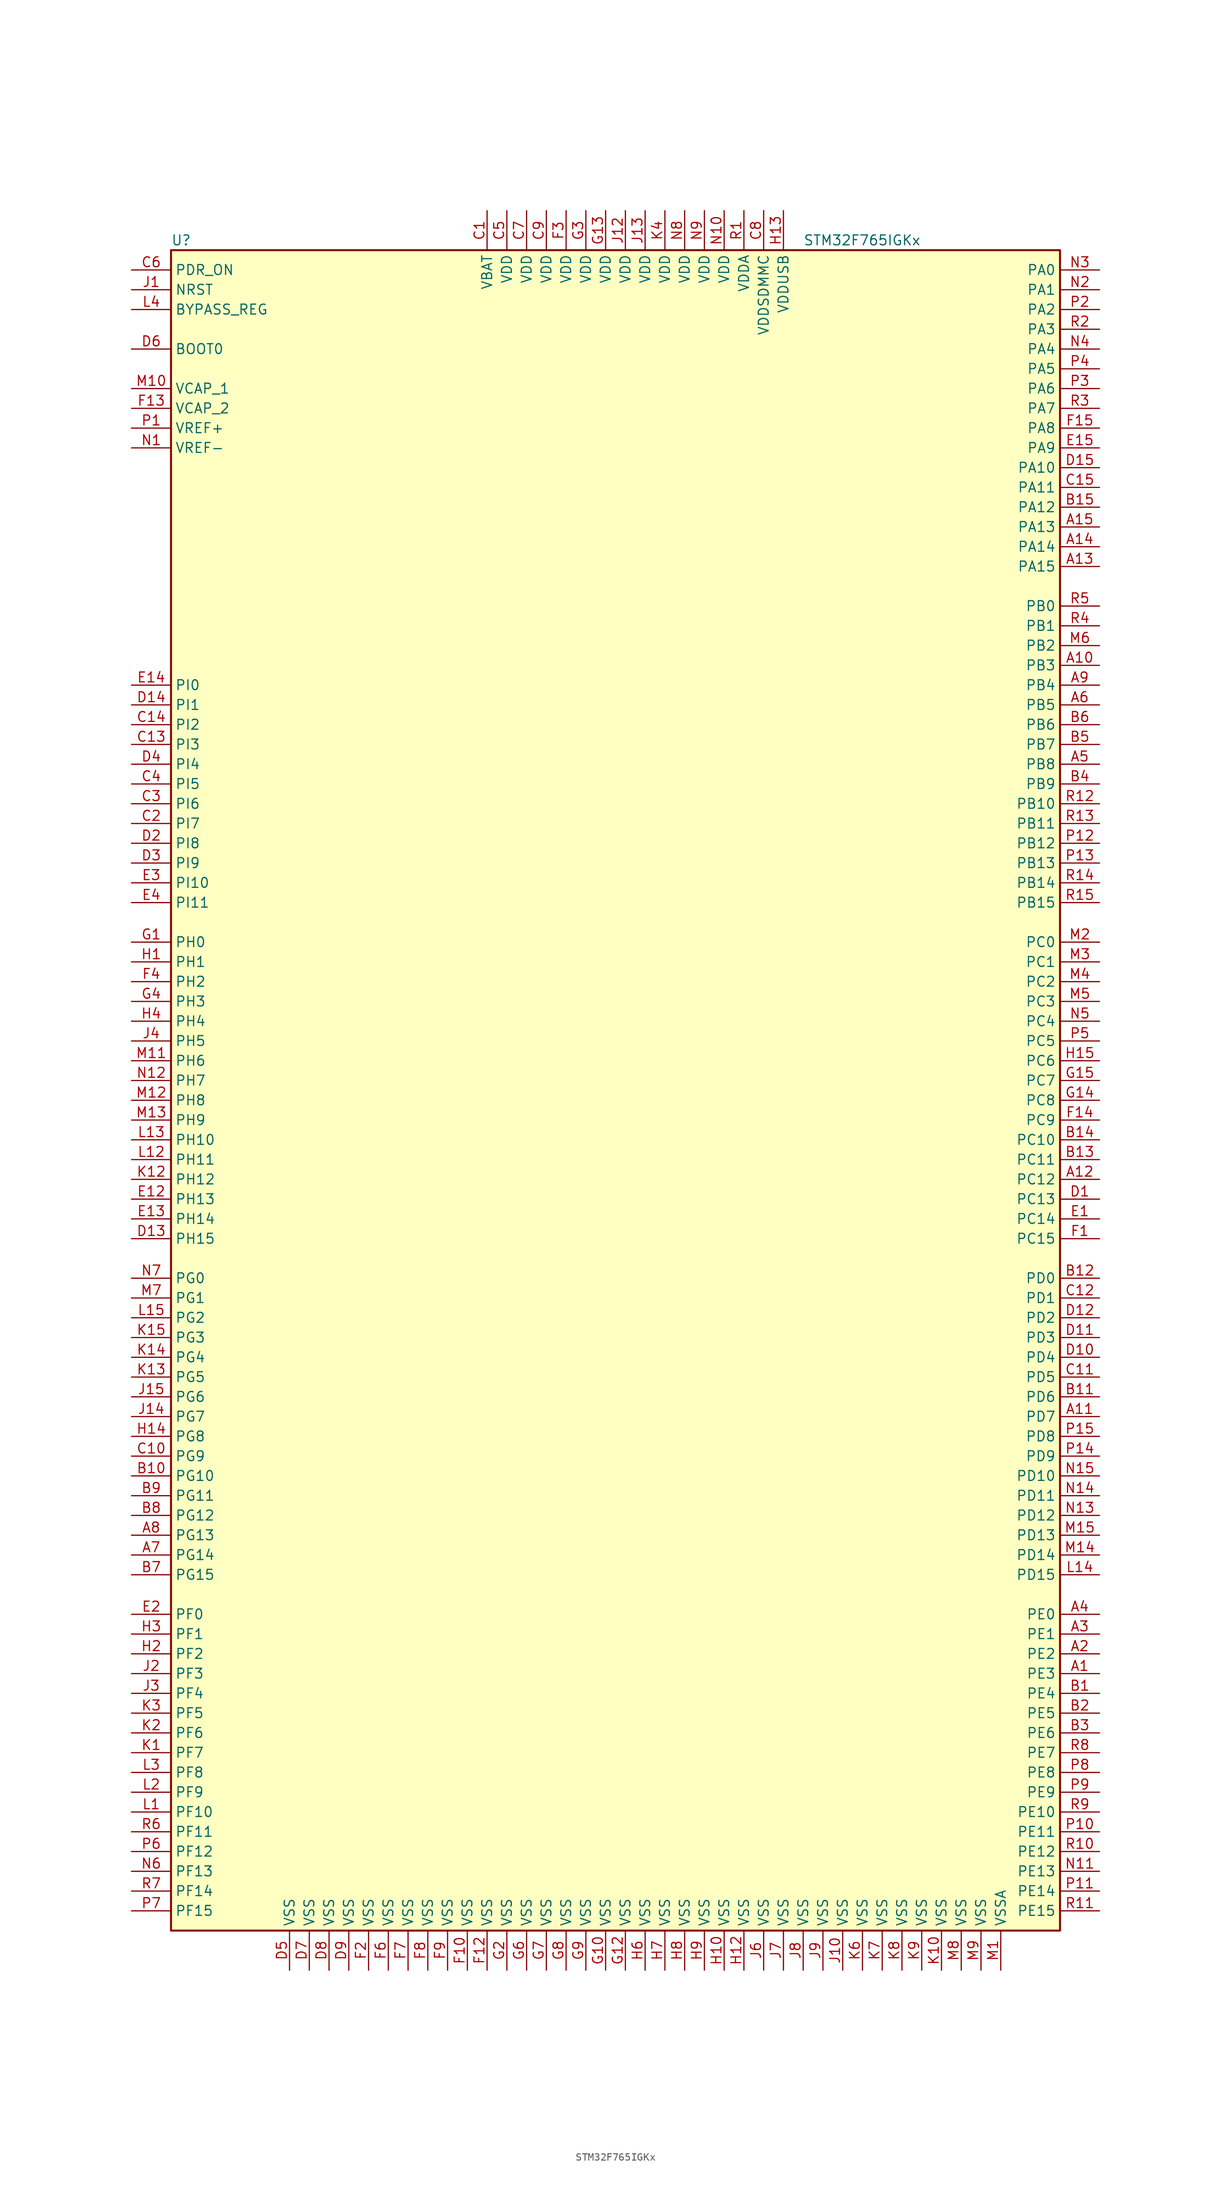
<source format=kicad_sym>
(kicad_symbol_lib
  (version 20201005)
  (generator kicad_symbol_editor)
  (symbol "STM32F765IGKx"
    (property "Reference" "U"
      (at -58.42 107.95 0)
      (effects (font (size 1.27 1.27)) (justify left)))
    (property "Value" "STM32F765IGKx"
      (at 22.86 107.95 0)
      (effects (font (size 1.27 1.27)) (justify left)))
    (symbol "STM32F765IGKx_0_1"
      (rectangle (start -58.42 -109.22) (end 55.88 106.68) (stroke (width 0.254)) (fill (type background))))
    (symbol "STM32F765IGKx_1_1"
      (pin input line (at -63.5 93.98 0) (length 5.08) (name "BOOT0" (effects (font (size 1.27 1.27)))) (number "D6" (effects (font (size 1.27 1.27)))))
      (pin input line (at -63.5 99.06 0) (length 5.08) (name "BYPASS_REG" (effects (font (size 1.27 1.27)))) (number "L4" (effects (font (size 1.27 1.27)))))
      (pin input line (at -63.5 101.6 0) (length 5.08) (name "NRST" (effects (font (size 1.27 1.27)))) (number "J1" (effects (font (size 1.27 1.27)))))
      (pin bidirectional line (at 60.96 104.14 180) (length 5.08) (name "PA0" (effects (font (size 1.27 1.27)))) (number "N3" (effects (font (size 1.27 1.27)))))
      (pin bidirectional line (at 60.96 101.6 180) (length 5.08) (name "PA1" (effects (font (size 1.27 1.27)))) (number "N2" (effects (font (size 1.27 1.27)))))
      (pin bidirectional line (at 60.96 78.74 180) (length 5.08) (name "PA10" (effects (font (size 1.27 1.27)))) (number "D15" (effects (font (size 1.27 1.27)))))
      (pin bidirectional line (at 60.96 76.2 180) (length 5.08) (name "PA11" (effects (font (size 1.27 1.27)))) (number "C15" (effects (font (size 1.27 1.27)))))
      (pin bidirectional line (at 60.96 73.66 180) (length 5.08) (name "PA12" (effects (font (size 1.27 1.27)))) (number "B15" (effects (font (size 1.27 1.27)))))
      (pin bidirectional line (at 60.96 71.12 180) (length 5.08) (name "PA13" (effects (font (size 1.27 1.27)))) (number "A15" (effects (font (size 1.27 1.27)))))
      (pin bidirectional line (at 60.96 68.58 180) (length 5.08) (name "PA14" (effects (font (size 1.27 1.27)))) (number "A14" (effects (font (size 1.27 1.27)))))
      (pin bidirectional line (at 60.96 66.04 180) (length 5.08) (name "PA15" (effects (font (size 1.27 1.27)))) (number "A13" (effects (font (size 1.27 1.27)))))
      (pin bidirectional line (at 60.96 99.06 180) (length 5.08) (name "PA2" (effects (font (size 1.27 1.27)))) (number "P2" (effects (font (size 1.27 1.27)))))
      (pin bidirectional line (at 60.96 96.52 180) (length 5.08) (name "PA3" (effects (font (size 1.27 1.27)))) (number "R2" (effects (font (size 1.27 1.27)))))
      (pin bidirectional line (at 60.96 93.98 180) (length 5.08) (name "PA4" (effects (font (size 1.27 1.27)))) (number "N4" (effects (font (size 1.27 1.27)))))
      (pin bidirectional line (at 60.96 91.44 180) (length 5.08) (name "PA5" (effects (font (size 1.27 1.27)))) (number "P4" (effects (font (size 1.27 1.27)))))
      (pin bidirectional line (at 60.96 88.9 180) (length 5.08) (name "PA6" (effects (font (size 1.27 1.27)))) (number "P3" (effects (font (size 1.27 1.27)))))
      (pin bidirectional line (at 60.96 86.36 180) (length 5.08) (name "PA7" (effects (font (size 1.27 1.27)))) (number "R3" (effects (font (size 1.27 1.27)))))
      (pin bidirectional line (at 60.96 83.82 180) (length 5.08) (name "PA8" (effects (font (size 1.27 1.27)))) (number "F15" (effects (font (size 1.27 1.27)))))
      (pin bidirectional line (at 60.96 81.28 180) (length 5.08) (name "PA9" (effects (font (size 1.27 1.27)))) (number "E15" (effects (font (size 1.27 1.27)))))
      (pin bidirectional line (at 60.96 60.96 180) (length 5.08) (name "PB0" (effects (font (size 1.27 1.27)))) (number "R5" (effects (font (size 1.27 1.27)))))
      (pin bidirectional line (at 60.96 58.42 180) (length 5.08) (name "PB1" (effects (font (size 1.27 1.27)))) (number "R4" (effects (font (size 1.27 1.27)))))
      (pin bidirectional line (at 60.96 35.56 180) (length 5.08) (name "PB10" (effects (font (size 1.27 1.27)))) (number "R12" (effects (font (size 1.27 1.27)))))
      (pin bidirectional line (at 60.96 33.02 180) (length 5.08) (name "PB11" (effects (font (size 1.27 1.27)))) (number "R13" (effects (font (size 1.27 1.27)))))
      (pin bidirectional line (at 60.96 30.48 180) (length 5.08) (name "PB12" (effects (font (size 1.27 1.27)))) (number "P12" (effects (font (size 1.27 1.27)))))
      (pin bidirectional line (at 60.96 27.94 180) (length 5.08) (name "PB13" (effects (font (size 1.27 1.27)))) (number "P13" (effects (font (size 1.27 1.27)))))
      (pin bidirectional line (at 60.96 25.4 180) (length 5.08) (name "PB14" (effects (font (size 1.27 1.27)))) (number "R14" (effects (font (size 1.27 1.27)))))
      (pin bidirectional line (at 60.96 22.86 180) (length 5.08) (name "PB15" (effects (font (size 1.27 1.27)))) (number "R15" (effects (font (size 1.27 1.27)))))
      (pin bidirectional line (at 60.96 55.88 180) (length 5.08) (name "PB2" (effects (font (size 1.27 1.27)))) (number "M6" (effects (font (size 1.27 1.27)))))
      (pin bidirectional line (at 60.96 53.34 180) (length 5.08) (name "PB3" (effects (font (size 1.27 1.27)))) (number "A10" (effects (font (size 1.27 1.27)))))
      (pin bidirectional line (at 60.96 50.8 180) (length 5.08) (name "PB4" (effects (font (size 1.27 1.27)))) (number "A9" (effects (font (size 1.27 1.27)))))
      (pin bidirectional line (at 60.96 48.26 180) (length 5.08) (name "PB5" (effects (font (size 1.27 1.27)))) (number "A6" (effects (font (size 1.27 1.27)))))
      (pin bidirectional line (at 60.96 45.72 180) (length 5.08) (name "PB6" (effects (font (size 1.27 1.27)))) (number "B6" (effects (font (size 1.27 1.27)))))
      (pin bidirectional line (at 60.96 43.18 180) (length 5.08) (name "PB7" (effects (font (size 1.27 1.27)))) (number "B5" (effects (font (size 1.27 1.27)))))
      (pin bidirectional line (at 60.96 40.64 180) (length 5.08) (name "PB8" (effects (font (size 1.27 1.27)))) (number "A5" (effects (font (size 1.27 1.27)))))
      (pin bidirectional line (at 60.96 38.1 180) (length 5.08) (name "PB9" (effects (font (size 1.27 1.27)))) (number "B4" (effects (font (size 1.27 1.27)))))
      (pin bidirectional line (at 60.96 17.78 180) (length 5.08) (name "PC0" (effects (font (size 1.27 1.27)))) (number "M2" (effects (font (size 1.27 1.27)))))
      (pin bidirectional line (at 60.96 15.24 180) (length 5.08) (name "PC1" (effects (font (size 1.27 1.27)))) (number "M3" (effects (font (size 1.27 1.27)))))
      (pin bidirectional line (at 60.96 -7.62 180) (length 5.08) (name "PC10" (effects (font (size 1.27 1.27)))) (number "B14" (effects (font (size 1.27 1.27)))))
      (pin bidirectional line (at 60.96 -10.16 180) (length 5.08) (name "PC11" (effects (font (size 1.27 1.27)))) (number "B13" (effects (font (size 1.27 1.27)))))
      (pin bidirectional line (at 60.96 -12.7 180) (length 5.08) (name "PC12" (effects (font (size 1.27 1.27)))) (number "A12" (effects (font (size 1.27 1.27)))))
      (pin bidirectional line (at 60.96 -15.24 180) (length 5.08) (name "PC13" (effects (font (size 1.27 1.27)))) (number "D1" (effects (font (size 1.27 1.27)))))
      (pin bidirectional line (at 60.96 -17.78 180) (length 5.08) (name "PC14" (effects (font (size 1.27 1.27)))) (number "E1" (effects (font (size 1.27 1.27)))))
      (pin bidirectional line (at 60.96 -20.32 180) (length 5.08) (name "PC15" (effects (font (size 1.27 1.27)))) (number "F1" (effects (font (size 1.27 1.27)))))
      (pin bidirectional line (at 60.96 12.7 180) (length 5.08) (name "PC2" (effects (font (size 1.27 1.27)))) (number "M4" (effects (font (size 1.27 1.27)))))
      (pin bidirectional line (at 60.96 10.16 180) (length 5.08) (name "PC3" (effects (font (size 1.27 1.27)))) (number "M5" (effects (font (size 1.27 1.27)))))
      (pin bidirectional line (at 60.96 7.62 180) (length 5.08) (name "PC4" (effects (font (size 1.27 1.27)))) (number "N5" (effects (font (size 1.27 1.27)))))
      (pin bidirectional line (at 60.96 5.08 180) (length 5.08) (name "PC5" (effects (font (size 1.27 1.27)))) (number "P5" (effects (font (size 1.27 1.27)))))
      (pin bidirectional line (at 60.96 2.54 180) (length 5.08) (name "PC6" (effects (font (size 1.27 1.27)))) (number "H15" (effects (font (size 1.27 1.27)))))
      (pin bidirectional line (at 60.96 0 180) (length 5.08) (name "PC7" (effects (font (size 1.27 1.27)))) (number "G15" (effects (font (size 1.27 1.27)))))
      (pin bidirectional line (at 60.96 -2.54 180) (length 5.08) (name "PC8" (effects (font (size 1.27 1.27)))) (number "G14" (effects (font (size 1.27 1.27)))))
      (pin bidirectional line (at 60.96 -5.08 180) (length 5.08) (name "PC9" (effects (font (size 1.27 1.27)))) (number "F14" (effects (font (size 1.27 1.27)))))
      (pin bidirectional line (at 60.96 -25.4 180) (length 5.08) (name "PD0" (effects (font (size 1.27 1.27)))) (number "B12" (effects (font (size 1.27 1.27)))))
      (pin bidirectional line (at 60.96 -27.94 180) (length 5.08) (name "PD1" (effects (font (size 1.27 1.27)))) (number "C12" (effects (font (size 1.27 1.27)))))
      (pin bidirectional line (at 60.96 -50.8 180) (length 5.08) (name "PD10" (effects (font (size 1.27 1.27)))) (number "N15" (effects (font (size 1.27 1.27)))))
      (pin bidirectional line (at 60.96 -53.34 180) (length 5.08) (name "PD11" (effects (font (size 1.27 1.27)))) (number "N14" (effects (font (size 1.27 1.27)))))
      (pin bidirectional line (at 60.96 -55.88 180) (length 5.08) (name "PD12" (effects (font (size 1.27 1.27)))) (number "N13" (effects (font (size 1.27 1.27)))))
      (pin bidirectional line (at 60.96 -58.42 180) (length 5.08) (name "PD13" (effects (font (size 1.27 1.27)))) (number "M15" (effects (font (size 1.27 1.27)))))
      (pin bidirectional line (at 60.96 -60.96 180) (length 5.08) (name "PD14" (effects (font (size 1.27 1.27)))) (number "M14" (effects (font (size 1.27 1.27)))))
      (pin bidirectional line (at 60.96 -63.5 180) (length 5.08) (name "PD15" (effects (font (size 1.27 1.27)))) (number "L14" (effects (font (size 1.27 1.27)))))
      (pin bidirectional line (at 60.96 -30.48 180) (length 5.08) (name "PD2" (effects (font (size 1.27 1.27)))) (number "D12" (effects (font (size 1.27 1.27)))))
      (pin bidirectional line (at 60.96 -33.02 180) (length 5.08) (name "PD3" (effects (font (size 1.27 1.27)))) (number "D11" (effects (font (size 1.27 1.27)))))
      (pin bidirectional line (at 60.96 -35.56 180) (length 5.08) (name "PD4" (effects (font (size 1.27 1.27)))) (number "D10" (effects (font (size 1.27 1.27)))))
      (pin bidirectional line (at 60.96 -38.1 180) (length 5.08) (name "PD5" (effects (font (size 1.27 1.27)))) (number "C11" (effects (font (size 1.27 1.27)))))
      (pin bidirectional line (at 60.96 -40.64 180) (length 5.08) (name "PD6" (effects (font (size 1.27 1.27)))) (number "B11" (effects (font (size 1.27 1.27)))))
      (pin bidirectional line (at 60.96 -43.18 180) (length 5.08) (name "PD7" (effects (font (size 1.27 1.27)))) (number "A11" (effects (font (size 1.27 1.27)))))
      (pin bidirectional line (at 60.96 -45.72 180) (length 5.08) (name "PD8" (effects (font (size 1.27 1.27)))) (number "P15" (effects (font (size 1.27 1.27)))))
      (pin bidirectional line (at 60.96 -48.26 180) (length 5.08) (name "PD9" (effects (font (size 1.27 1.27)))) (number "P14" (effects (font (size 1.27 1.27)))))
      (pin input line (at -63.5 104.14 0) (length 5.08) (name "PDR_ON" (effects (font (size 1.27 1.27)))) (number "C6" (effects (font (size 1.27 1.27)))))
      (pin bidirectional line (at 60.96 -68.58 180) (length 5.08) (name "PE0" (effects (font (size 1.27 1.27)))) (number "A4" (effects (font (size 1.27 1.27)))))
      (pin bidirectional line (at 60.96 -71.12 180) (length 5.08) (name "PE1" (effects (font (size 1.27 1.27)))) (number "A3" (effects (font (size 1.27 1.27)))))
      (pin bidirectional line (at 60.96 -93.98 180) (length 5.08) (name "PE10" (effects (font (size 1.27 1.27)))) (number "R9" (effects (font (size 1.27 1.27)))))
      (pin bidirectional line (at 60.96 -96.52 180) (length 5.08) (name "PE11" (effects (font (size 1.27 1.27)))) (number "P10" (effects (font (size 1.27 1.27)))))
      (pin bidirectional line (at 60.96 -99.06 180) (length 5.08) (name "PE12" (effects (font (size 1.27 1.27)))) (number "R10" (effects (font (size 1.27 1.27)))))
      (pin bidirectional line (at 60.96 -101.6 180) (length 5.08) (name "PE13" (effects (font (size 1.27 1.27)))) (number "N11" (effects (font (size 1.27 1.27)))))
      (pin bidirectional line (at 60.96 -104.14 180) (length 5.08) (name "PE14" (effects (font (size 1.27 1.27)))) (number "P11" (effects (font (size 1.27 1.27)))))
      (pin bidirectional line (at 60.96 -106.68 180) (length 5.08) (name "PE15" (effects (font (size 1.27 1.27)))) (number "R11" (effects (font (size 1.27 1.27)))))
      (pin bidirectional line (at 60.96 -73.66 180) (length 5.08) (name "PE2" (effects (font (size 1.27 1.27)))) (number "A2" (effects (font (size 1.27 1.27)))))
      (pin bidirectional line (at 60.96 -76.2 180) (length 5.08) (name "PE3" (effects (font (size 1.27 1.27)))) (number "A1" (effects (font (size 1.27 1.27)))))
      (pin bidirectional line (at 60.96 -78.74 180) (length 5.08) (name "PE4" (effects (font (size 1.27 1.27)))) (number "B1" (effects (font (size 1.27 1.27)))))
      (pin bidirectional line (at 60.96 -81.28 180) (length 5.08) (name "PE5" (effects (font (size 1.27 1.27)))) (number "B2" (effects (font (size 1.27 1.27)))))
      (pin bidirectional line (at 60.96 -83.82 180) (length 5.08) (name "PE6" (effects (font (size 1.27 1.27)))) (number "B3" (effects (font (size 1.27 1.27)))))
      (pin bidirectional line (at 60.96 -86.36 180) (length 5.08) (name "PE7" (effects (font (size 1.27 1.27)))) (number "R8" (effects (font (size 1.27 1.27)))))
      (pin bidirectional line (at 60.96 -88.9 180) (length 5.08) (name "PE8" (effects (font (size 1.27 1.27)))) (number "P8" (effects (font (size 1.27 1.27)))))
      (pin bidirectional line (at 60.96 -91.44 180) (length 5.08) (name "PE9" (effects (font (size 1.27 1.27)))) (number "P9" (effects (font (size 1.27 1.27)))))
      (pin bidirectional line (at -63.5 -68.58 0) (length 5.08) (name "PF0" (effects (font (size 1.27 1.27)))) (number "E2" (effects (font (size 1.27 1.27)))))
      (pin bidirectional line (at -63.5 -71.12 0) (length 5.08) (name "PF1" (effects (font (size 1.27 1.27)))) (number "H3" (effects (font (size 1.27 1.27)))))
      (pin bidirectional line (at -63.5 -93.98 0) (length 5.08) (name "PF10" (effects (font (size 1.27 1.27)))) (number "L1" (effects (font (size 1.27 1.27)))))
      (pin bidirectional line (at -63.5 -96.52 0) (length 5.08) (name "PF11" (effects (font (size 1.27 1.27)))) (number "R6" (effects (font (size 1.27 1.27)))))
      (pin bidirectional line (at -63.5 -99.06 0) (length 5.08) (name "PF12" (effects (font (size 1.27 1.27)))) (number "P6" (effects (font (size 1.27 1.27)))))
      (pin bidirectional line (at -63.5 -101.6 0) (length 5.08) (name "PF13" (effects (font (size 1.27 1.27)))) (number "N6" (effects (font (size 1.27 1.27)))))
      (pin bidirectional line (at -63.5 -104.14 0) (length 5.08) (name "PF14" (effects (font (size 1.27 1.27)))) (number "R7" (effects (font (size 1.27 1.27)))))
      (pin bidirectional line (at -63.5 -106.68 0) (length 5.08) (name "PF15" (effects (font (size 1.27 1.27)))) (number "P7" (effects (font (size 1.27 1.27)))))
      (pin bidirectional line (at -63.5 -73.66 0) (length 5.08) (name "PF2" (effects (font (size 1.27 1.27)))) (number "H2" (effects (font (size 1.27 1.27)))))
      (pin bidirectional line (at -63.5 -76.2 0) (length 5.08) (name "PF3" (effects (font (size 1.27 1.27)))) (number "J2" (effects (font (size 1.27 1.27)))))
      (pin bidirectional line (at -63.5 -78.74 0) (length 5.08) (name "PF4" (effects (font (size 1.27 1.27)))) (number "J3" (effects (font (size 1.27 1.27)))))
      (pin bidirectional line (at -63.5 -81.28 0) (length 5.08) (name "PF5" (effects (font (size 1.27 1.27)))) (number "K3" (effects (font (size 1.27 1.27)))))
      (pin bidirectional line (at -63.5 -83.82 0) (length 5.08) (name "PF6" (effects (font (size 1.27 1.27)))) (number "K2" (effects (font (size 1.27 1.27)))))
      (pin bidirectional line (at -63.5 -86.36 0) (length 5.08) (name "PF7" (effects (font (size 1.27 1.27)))) (number "K1" (effects (font (size 1.27 1.27)))))
      (pin bidirectional line (at -63.5 -88.9 0) (length 5.08) (name "PF8" (effects (font (size 1.27 1.27)))) (number "L3" (effects (font (size 1.27 1.27)))))
      (pin bidirectional line (at -63.5 -91.44 0) (length 5.08) (name "PF9" (effects (font (size 1.27 1.27)))) (number "L2" (effects (font (size 1.27 1.27)))))
      (pin bidirectional line (at -63.5 -25.4 0) (length 5.08) (name "PG0" (effects (font (size 1.27 1.27)))) (number "N7" (effects (font (size 1.27 1.27)))))
      (pin bidirectional line (at -63.5 -27.94 0) (length 5.08) (name "PG1" (effects (font (size 1.27 1.27)))) (number "M7" (effects (font (size 1.27 1.27)))))
      (pin bidirectional line (at -63.5 -50.8 0) (length 5.08) (name "PG10" (effects (font (size 1.27 1.27)))) (number "B10" (effects (font (size 1.27 1.27)))))
      (pin bidirectional line (at -63.5 -53.34 0) (length 5.08) (name "PG11" (effects (font (size 1.27 1.27)))) (number "B9" (effects (font (size 1.27 1.27)))))
      (pin bidirectional line (at -63.5 -55.88 0) (length 5.08) (name "PG12" (effects (font (size 1.27 1.27)))) (number "B8" (effects (font (size 1.27 1.27)))))
      (pin bidirectional line (at -63.5 -58.42 0) (length 5.08) (name "PG13" (effects (font (size 1.27 1.27)))) (number "A8" (effects (font (size 1.27 1.27)))))
      (pin bidirectional line (at -63.5 -60.96 0) (length 5.08) (name "PG14" (effects (font (size 1.27 1.27)))) (number "A7" (effects (font (size 1.27 1.27)))))
      (pin bidirectional line (at -63.5 -63.5 0) (length 5.08) (name "PG15" (effects (font (size 1.27 1.27)))) (number "B7" (effects (font (size 1.27 1.27)))))
      (pin bidirectional line (at -63.5 -30.48 0) (length 5.08) (name "PG2" (effects (font (size 1.27 1.27)))) (number "L15" (effects (font (size 1.27 1.27)))))
      (pin bidirectional line (at -63.5 -33.02 0) (length 5.08) (name "PG3" (effects (font (size 1.27 1.27)))) (number "K15" (effects (font (size 1.27 1.27)))))
      (pin bidirectional line (at -63.5 -35.56 0) (length 5.08) (name "PG4" (effects (font (size 1.27 1.27)))) (number "K14" (effects (font (size 1.27 1.27)))))
      (pin bidirectional line (at -63.5 -38.1 0) (length 5.08) (name "PG5" (effects (font (size 1.27 1.27)))) (number "K13" (effects (font (size 1.27 1.27)))))
      (pin bidirectional line (at -63.5 -40.64 0) (length 5.08) (name "PG6" (effects (font (size 1.27 1.27)))) (number "J15" (effects (font (size 1.27 1.27)))))
      (pin bidirectional line (at -63.5 -43.18 0) (length 5.08) (name "PG7" (effects (font (size 1.27 1.27)))) (number "J14" (effects (font (size 1.27 1.27)))))
      (pin bidirectional line (at -63.5 -45.72 0) (length 5.08) (name "PG8" (effects (font (size 1.27 1.27)))) (number "H14" (effects (font (size 1.27 1.27)))))
      (pin bidirectional line (at -63.5 -48.26 0) (length 5.08) (name "PG9" (effects (font (size 1.27 1.27)))) (number "C10" (effects (font (size 1.27 1.27)))))
      (pin input line (at -63.5 17.78 0) (length 5.08) (name "PH0" (effects (font (size 1.27 1.27)))) (number "G1" (effects (font (size 1.27 1.27)))))
      (pin input line (at -63.5 15.24 0) (length 5.08) (name "PH1" (effects (font (size 1.27 1.27)))) (number "H1" (effects (font (size 1.27 1.27)))))
      (pin bidirectional line (at -63.5 -7.62 0) (length 5.08) (name "PH10" (effects (font (size 1.27 1.27)))) (number "L13" (effects (font (size 1.27 1.27)))))
      (pin bidirectional line (at -63.5 -10.16 0) (length 5.08) (name "PH11" (effects (font (size 1.27 1.27)))) (number "L12" (effects (font (size 1.27 1.27)))))
      (pin bidirectional line (at -63.5 -12.7 0) (length 5.08) (name "PH12" (effects (font (size 1.27 1.27)))) (number "K12" (effects (font (size 1.27 1.27)))))
      (pin bidirectional line (at -63.5 -15.24 0) (length 5.08) (name "PH13" (effects (font (size 1.27 1.27)))) (number "E12" (effects (font (size 1.27 1.27)))))
      (pin bidirectional line (at -63.5 -17.78 0) (length 5.08) (name "PH14" (effects (font (size 1.27 1.27)))) (number "E13" (effects (font (size 1.27 1.27)))))
      (pin bidirectional line (at -63.5 -20.32 0) (length 5.08) (name "PH15" (effects (font (size 1.27 1.27)))) (number "D13" (effects (font (size 1.27 1.27)))))
      (pin bidirectional line (at -63.5 12.7 0) (length 5.08) (name "PH2" (effects (font (size 1.27 1.27)))) (number "F4" (effects (font (size 1.27 1.27)))))
      (pin bidirectional line (at -63.5 10.16 0) (length 5.08) (name "PH3" (effects (font (size 1.27 1.27)))) (number "G4" (effects (font (size 1.27 1.27)))))
      (pin bidirectional line (at -63.5 7.62 0) (length 5.08) (name "PH4" (effects (font (size 1.27 1.27)))) (number "H4" (effects (font (size 1.27 1.27)))))
      (pin bidirectional line (at -63.5 5.08 0) (length 5.08) (name "PH5" (effects (font (size 1.27 1.27)))) (number "J4" (effects (font (size 1.27 1.27)))))
      (pin bidirectional line (at -63.5 2.54 0) (length 5.08) (name "PH6" (effects (font (size 1.27 1.27)))) (number "M11" (effects (font (size 1.27 1.27)))))
      (pin bidirectional line (at -63.5 0 0) (length 5.08) (name "PH7" (effects (font (size 1.27 1.27)))) (number "N12" (effects (font (size 1.27 1.27)))))
      (pin bidirectional line (at -63.5 -2.54 0) (length 5.08) (name "PH8" (effects (font (size 1.27 1.27)))) (number "M12" (effects (font (size 1.27 1.27)))))
      (pin bidirectional line (at -63.5 -5.08 0) (length 5.08) (name "PH9" (effects (font (size 1.27 1.27)))) (number "M13" (effects (font (size 1.27 1.27)))))
      (pin bidirectional line (at -63.5 50.8 0) (length 5.08) (name "PI0" (effects (font (size 1.27 1.27)))) (number "E14" (effects (font (size 1.27 1.27)))))
      (pin bidirectional line (at -63.5 48.26 0) (length 5.08) (name "PI1" (effects (font (size 1.27 1.27)))) (number "D14" (effects (font (size 1.27 1.27)))))
      (pin bidirectional line (at -63.5 25.4 0) (length 5.08) (name "PI10" (effects (font (size 1.27 1.27)))) (number "E3" (effects (font (size 1.27 1.27)))))
      (pin bidirectional line (at -63.5 22.86 0) (length 5.08) (name "PI11" (effects (font (size 1.27 1.27)))) (number "E4" (effects (font (size 1.27 1.27)))))
      (pin bidirectional line (at -63.5 45.72 0) (length 5.08) (name "PI2" (effects (font (size 1.27 1.27)))) (number "C14" (effects (font (size 1.27 1.27)))))
      (pin bidirectional line (at -63.5 43.18 0) (length 5.08) (name "PI3" (effects (font (size 1.27 1.27)))) (number "C13" (effects (font (size 1.27 1.27)))))
      (pin bidirectional line (at -63.5 40.64 0) (length 5.08) (name "PI4" (effects (font (size 1.27 1.27)))) (number "D4" (effects (font (size 1.27 1.27)))))
      (pin bidirectional line (at -63.5 38.1 0) (length 5.08) (name "PI5" (effects (font (size 1.27 1.27)))) (number "C4" (effects (font (size 1.27 1.27)))))
      (pin bidirectional line (at -63.5 35.56 0) (length 5.08) (name "PI6" (effects (font (size 1.27 1.27)))) (number "C3" (effects (font (size 1.27 1.27)))))
      (pin bidirectional line (at -63.5 33.02 0) (length 5.08) (name "PI7" (effects (font (size 1.27 1.27)))) (number "C2" (effects (font (size 1.27 1.27)))))
      (pin bidirectional line (at -63.5 30.48 0) (length 5.08) (name "PI8" (effects (font (size 1.27 1.27)))) (number "D2" (effects (font (size 1.27 1.27)))))
      (pin bidirectional line (at -63.5 27.94 0) (length 5.08) (name "PI9" (effects (font (size 1.27 1.27)))) (number "D3" (effects (font (size 1.27 1.27)))))
      (pin power_in line (at -17.78 111.76 270) (length 5.08) (name "VBAT" (effects (font (size 1.27 1.27)))) (number "C1" (effects (font (size 1.27 1.27)))))
      (pin power_in line (at -63.5 88.9 0) (length 5.08) (name "VCAP_1" (effects (font (size 1.27 1.27)))) (number "M10" (effects (font (size 1.27 1.27)))))
      (pin power_in line (at -63.5 86.36 0) (length 5.08) (name "VCAP_2" (effects (font (size 1.27 1.27)))) (number "F13" (effects (font (size 1.27 1.27)))))
      (pin power_in line (at -15.24 111.76 270) (length 5.08) (name "VDD" (effects (font (size 1.27 1.27)))) (number "C5" (effects (font (size 1.27 1.27)))))
      (pin power_in line (at -12.7 111.76 270) (length 5.08) (name "VDD" (effects (font (size 1.27 1.27)))) (number "C7" (effects (font (size 1.27 1.27)))))
      (pin power_in line (at -10.16 111.76 270) (length 5.08) (name "VDD" (effects (font (size 1.27 1.27)))) (number "C9" (effects (font (size 1.27 1.27)))))
      (pin power_in line (at -7.62 111.76 270) (length 5.08) (name "VDD" (effects (font (size 1.27 1.27)))) (number "F3" (effects (font (size 1.27 1.27)))))
      (pin power_in line (at -2.54 111.76 270) (length 5.08) (name "VDD" (effects (font (size 1.27 1.27)))) (number "G13" (effects (font (size 1.27 1.27)))))
      (pin power_in line (at -5.08 111.76 270) (length 5.08) (name "VDD" (effects (font (size 1.27 1.27)))) (number "G3" (effects (font (size 1.27 1.27)))))
      (pin power_in line (at 0 111.76 270) (length 5.08) (name "VDD" (effects (font (size 1.27 1.27)))) (number "J12" (effects (font (size 1.27 1.27)))))
      (pin power_in line (at 2.54 111.76 270) (length 5.08) (name "VDD" (effects (font (size 1.27 1.27)))) (number "J13" (effects (font (size 1.27 1.27)))))
      (pin power_in line (at 5.08 111.76 270) (length 5.08) (name "VDD" (effects (font (size 1.27 1.27)))) (number "K4" (effects (font (size 1.27 1.27)))))
      (pin power_in line (at 12.7 111.76 270) (length 5.08) (name "VDD" (effects (font (size 1.27 1.27)))) (number "N10" (effects (font (size 1.27 1.27)))))
      (pin power_in line (at 7.62 111.76 270) (length 5.08) (name "VDD" (effects (font (size 1.27 1.27)))) (number "N8" (effects (font (size 1.27 1.27)))))
      (pin power_in line (at 10.16 111.76 270) (length 5.08) (name "VDD" (effects (font (size 1.27 1.27)))) (number "N9" (effects (font (size 1.27 1.27)))))
      (pin power_in line (at 15.24 111.76 270) (length 5.08) (name "VDDA" (effects (font (size 1.27 1.27)))) (number "R1" (effects (font (size 1.27 1.27)))))
      (pin power_in line (at 17.78 111.76 270) (length 5.08) (name "VDDSDMMC" (effects (font (size 1.27 1.27)))) (number "C8" (effects (font (size 1.27 1.27)))))
      (pin power_in line (at 20.32 111.76 270) (length 5.08) (name "VDDUSB" (effects (font (size 1.27 1.27)))) (number "H13" (effects (font (size 1.27 1.27)))))
      (pin power_in line (at -63.5 83.82 0) (length 5.08) (name "VREF+" (effects (font (size 1.27 1.27)))) (number "P1" (effects (font (size 1.27 1.27)))))
      (pin power_in line (at -63.5 81.28 0) (length 5.08) (name "VREF-" (effects (font (size 1.27 1.27)))) (number "N1" (effects (font (size 1.27 1.27)))))
      (pin power_in line (at -43.18 -114.3 90) (length 5.08) (name "VSS" (effects (font (size 1.27 1.27)))) (number "D5" (effects (font (size 1.27 1.27)))))
      (pin power_in line (at -40.64 -114.3 90) (length 5.08) (name "VSS" (effects (font (size 1.27 1.27)))) (number "D7" (effects (font (size 1.27 1.27)))))
      (pin power_in line (at -38.1 -114.3 90) (length 5.08) (name "VSS" (effects (font (size 1.27 1.27)))) (number "D8" (effects (font (size 1.27 1.27)))))
      (pin power_in line (at -35.56 -114.3 90) (length 5.08) (name "VSS" (effects (font (size 1.27 1.27)))) (number "D9" (effects (font (size 1.27 1.27)))))
      (pin power_in line (at -20.32 -114.3 90) (length 5.08) (name "VSS" (effects (font (size 1.27 1.27)))) (number "F10" (effects (font (size 1.27 1.27)))))
      (pin power_in line (at -17.78 -114.3 90) (length 5.08) (name "VSS" (effects (font (size 1.27 1.27)))) (number "F12" (effects (font (size 1.27 1.27)))))
      (pin power_in line (at -33.02 -114.3 90) (length 5.08) (name "VSS" (effects (font (size 1.27 1.27)))) (number "F2" (effects (font (size 1.27 1.27)))))
      (pin power_in line (at -30.48 -114.3 90) (length 5.08) (name "VSS" (effects (font (size 1.27 1.27)))) (number "F6" (effects (font (size 1.27 1.27)))))
      (pin power_in line (at -27.94 -114.3 90) (length 5.08) (name "VSS" (effects (font (size 1.27 1.27)))) (number "F7" (effects (font (size 1.27 1.27)))))
      (pin power_in line (at -25.4 -114.3 90) (length 5.08) (name "VSS" (effects (font (size 1.27 1.27)))) (number "F8" (effects (font (size 1.27 1.27)))))
      (pin power_in line (at -22.86 -114.3 90) (length 5.08) (name "VSS" (effects (font (size 1.27 1.27)))) (number "F9" (effects (font (size 1.27 1.27)))))
      (pin power_in line (at -2.54 -114.3 90) (length 5.08) (name "VSS" (effects (font (size 1.27 1.27)))) (number "G10" (effects (font (size 1.27 1.27)))))
      (pin power_in line (at 0 -114.3 90) (length 5.08) (name "VSS" (effects (font (size 1.27 1.27)))) (number "G12" (effects (font (size 1.27 1.27)))))
      (pin power_in line (at -15.24 -114.3 90) (length 5.08) (name "VSS" (effects (font (size 1.27 1.27)))) (number "G2" (effects (font (size 1.27 1.27)))))
      (pin power_in line (at -12.7 -114.3 90) (length 5.08) (name "VSS" (effects (font (size 1.27 1.27)))) (number "G6" (effects (font (size 1.27 1.27)))))
      (pin power_in line (at -10.16 -114.3 90) (length 5.08) (name "VSS" (effects (font (size 1.27 1.27)))) (number "G7" (effects (font (size 1.27 1.27)))))
      (pin power_in line (at -7.62 -114.3 90) (length 5.08) (name "VSS" (effects (font (size 1.27 1.27)))) (number "G8" (effects (font (size 1.27 1.27)))))
      (pin power_in line (at -5.08 -114.3 90) (length 5.08) (name "VSS" (effects (font (size 1.27 1.27)))) (number "G9" (effects (font (size 1.27 1.27)))))
      (pin power_in line (at 12.7 -114.3 90) (length 5.08) (name "VSS" (effects (font (size 1.27 1.27)))) (number "H10" (effects (font (size 1.27 1.27)))))
      (pin power_in line (at 15.24 -114.3 90) (length 5.08) (name "VSS" (effects (font (size 1.27 1.27)))) (number "H12" (effects (font (size 1.27 1.27)))))
      (pin power_in line (at 2.54 -114.3 90) (length 5.08) (name "VSS" (effects (font (size 1.27 1.27)))) (number "H6" (effects (font (size 1.27 1.27)))))
      (pin power_in line (at 5.08 -114.3 90) (length 5.08) (name "VSS" (effects (font (size 1.27 1.27)))) (number "H7" (effects (font (size 1.27 1.27)))))
      (pin power_in line (at 7.62 -114.3 90) (length 5.08) (name "VSS" (effects (font (size 1.27 1.27)))) (number "H8" (effects (font (size 1.27 1.27)))))
      (pin power_in line (at 10.16 -114.3 90) (length 5.08) (name "VSS" (effects (font (size 1.27 1.27)))) (number "H9" (effects (font (size 1.27 1.27)))))
      (pin power_in line (at 27.94 -114.3 90) (length 5.08) (name "VSS" (effects (font (size 1.27 1.27)))) (number "J10" (effects (font (size 1.27 1.27)))))
      (pin power_in line (at 17.78 -114.3 90) (length 5.08) (name "VSS" (effects (font (size 1.27 1.27)))) (number "J6" (effects (font (size 1.27 1.27)))))
      (pin power_in line (at 20.32 -114.3 90) (length 5.08) (name "VSS" (effects (font (size 1.27 1.27)))) (number "J7" (effects (font (size 1.27 1.27)))))
      (pin power_in line (at 22.86 -114.3 90) (length 5.08) (name "VSS" (effects (font (size 1.27 1.27)))) (number "J8" (effects (font (size 1.27 1.27)))))
      (pin power_in line (at 25.4 -114.3 90) (length 5.08) (name "VSS" (effects (font (size 1.27 1.27)))) (number "J9" (effects (font (size 1.27 1.27)))))
      (pin power_in line (at 40.64 -114.3 90) (length 5.08) (name "VSS" (effects (font (size 1.27 1.27)))) (number "K10" (effects (font (size 1.27 1.27)))))
      (pin power_in line (at 30.48 -114.3 90) (length 5.08) (name "VSS" (effects (font (size 1.27 1.27)))) (number "K6" (effects (font (size 1.27 1.27)))))
      (pin power_in line (at 33.02 -114.3 90) (length 5.08) (name "VSS" (effects (font (size 1.27 1.27)))) (number "K7" (effects (font (size 1.27 1.27)))))
      (pin power_in line (at 35.56 -114.3 90) (length 5.08) (name "VSS" (effects (font (size 1.27 1.27)))) (number "K8" (effects (font (size 1.27 1.27)))))
      (pin power_in line (at 38.1 -114.3 90) (length 5.08) (name "VSS" (effects (font (size 1.27 1.27)))) (number "K9" (effects (font (size 1.27 1.27)))))
      (pin power_in line (at 43.18 -114.3 90) (length 5.08) (name "VSS" (effects (font (size 1.27 1.27)))) (number "M8" (effects (font (size 1.27 1.27)))))
      (pin power_in line (at 45.72 -114.3 90) (length 5.08) (name "VSS" (effects (font (size 1.27 1.27)))) (number "M9" (effects (font (size 1.27 1.27)))))
      (pin power_in line (at 48.26 -114.3 90) (length 5.08) (name "VSSA" (effects (font (size 1.27 1.27)))) (number "M1" (effects (font (size 1.27 1.27))))))))
</source>
